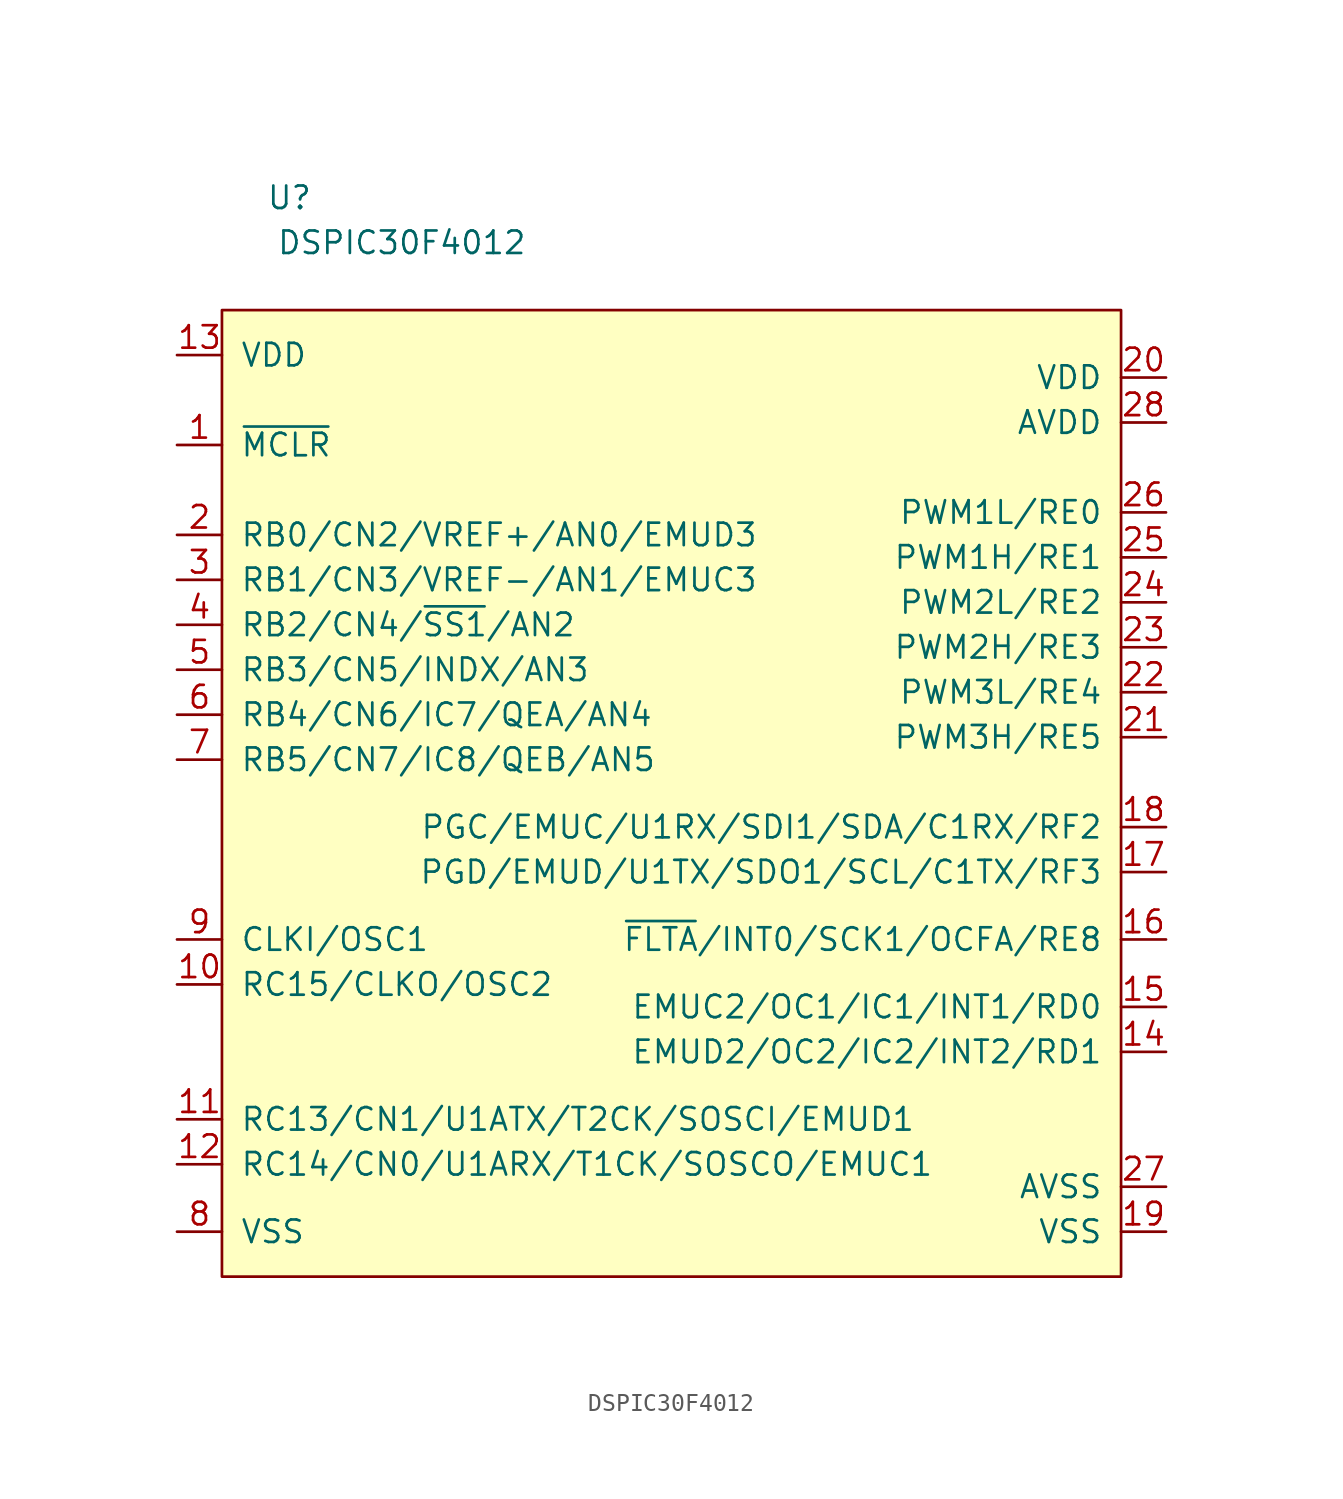
<source format=kicad_sym>
(kicad_symbol_lib
  (version 20220914)
  (generator kicad_symbol_editor)
  (symbol "DSPIC30F4012"
    (pin_names
      (offset 1.016))
    (property "Reference" "U"
      (at -11.43 33.02 0)
      (effects (font (size 1.27 1.27))))
    (property "Value" "DSPIC30F4012"
      (at -5.08 30.48 0)
      (effects (font (size 1.27 1.27))))
    (symbol "DSPIC30F4012_0_1"
      (rectangle (start -15.24 26.67) (end 35.56 -27.94) (stroke (width 0) (type solid)) (fill (type background))))
    (symbol "DSPIC30F4012_1_1"
      (pin input line (at -17.78 19.05 0) (length 2.54) (name "~{MCLR}" (effects (font (size 1.27 1.27)))) (number "1" (effects (font (size 1.27 1.27)))))
      (pin bidirectional line (at -17.78 -11.43 0) (length 2.54) (name "RC15/CLKO/OSC2" (effects (font (size 1.27 1.27)))) (number "10" (effects (font (size 1.27 1.27)))))
      (pin bidirectional line (at -17.78 -19.05 0) (length 2.54) (name "RC13/CN1/U1ATX/T2CK/SOSCI/EMUD1" (effects (font (size 1.27 1.27)))) (number "11" (effects (font (size 1.27 1.27)))))
      (pin bidirectional line (at -17.78 -21.59 0) (length 2.54) (name "RC14/CN0/U1ARX/T1CK/SOSCO/EMUC1" (effects (font (size 1.27 1.27)))) (number "12" (effects (font (size 1.27 1.27)))))
      (pin power_in line (at -17.78 24.13 0) (length 2.54) (name "VDD" (effects (font (size 1.27 1.27)))) (number "13" (effects (font (size 1.27 1.27)))))
      (pin bidirectional line (at 38.1 -15.24 180) (length 2.54) (name "EMUD2/OC2/IC2/INT2/RD1" (effects (font (size 1.27 1.27)))) (number "14" (effects (font (size 1.27 1.27)))))
      (pin bidirectional line (at 38.1 -12.7 180) (length 2.54) (name "EMUC2/OC1/IC1/INT1/RD0" (effects (font (size 1.27 1.27)))) (number "15" (effects (font (size 1.27 1.27)))))
      (pin bidirectional line (at 38.1 -8.89 180) (length 2.54) (name "~{FLTA}/INT0/SCK1/OCFA/RE8" (effects (font (size 1.27 1.27)))) (number "16" (effects (font (size 1.27 1.27)))))
      (pin bidirectional line (at 38.1 -5.08 180) (length 2.54) (name "PGD/EMUD/U1TX/SDO1/SCL/C1TX/RF3" (effects (font (size 1.27 1.27)))) (number "17" (effects (font (size 1.27 1.27)))))
      (pin bidirectional line (at 38.1 -2.54 180) (length 2.54) (name "PGC/EMUC/U1RX/SDI1/SDA/C1RX/RF2" (effects (font (size 1.27 1.27)))) (number "18" (effects (font (size 1.27 1.27)))))
      (pin power_in line (at 38.1 -25.4 180) (length 2.54) (name "VSS" (effects (font (size 1.27 1.27)))) (number "19" (effects (font (size 1.27 1.27)))))
      (pin bidirectional line (at -17.78 13.97 0) (length 2.54) (name "RB0/CN2/VREF+/AN0/EMUD3" (effects (font (size 1.27 1.27)))) (number "2" (effects (font (size 1.27 1.27)))))
      (pin power_in line (at 38.1 22.86 180) (length 2.54) (name "VDD" (effects (font (size 1.27 1.27)))) (number "20" (effects (font (size 1.27 1.27)))))
      (pin bidirectional line (at 38.1 2.54 180) (length 2.54) (name "PWM3H/RE5" (effects (font (size 1.27 1.27)))) (number "21" (effects (font (size 1.27 1.27)))))
      (pin bidirectional line (at 38.1 5.08 180) (length 2.54) (name "PWM3L/RE4" (effects (font (size 1.27 1.27)))) (number "22" (effects (font (size 1.27 1.27)))))
      (pin bidirectional line (at 38.1 7.62 180) (length 2.54) (name "PWM2H/RE3" (effects (font (size 1.27 1.27)))) (number "23" (effects (font (size 1.27 1.27)))))
      (pin bidirectional line (at 38.1 10.16 180) (length 2.54) (name "PWM2L/RE2" (effects (font (size 1.27 1.27)))) (number "24" (effects (font (size 1.27 1.27)))))
      (pin bidirectional line (at 38.1 12.7 180) (length 2.54) (name "PWM1H/RE1" (effects (font (size 1.27 1.27)))) (number "25" (effects (font (size 1.27 1.27)))))
      (pin bidirectional line (at 38.1 15.24 180) (length 2.54) (name "PWM1L/RE0" (effects (font (size 1.27 1.27)))) (number "26" (effects (font (size 1.27 1.27)))))
      (pin power_in line (at 38.1 -22.86 180) (length 2.54) (name "AVSS" (effects (font (size 1.27 1.27)))) (number "27" (effects (font (size 1.27 1.27)))))
      (pin power_in line (at 38.1 20.32 180) (length 2.54) (name "AVDD" (effects (font (size 1.27 1.27)))) (number "28" (effects (font (size 1.27 1.27)))))
      (pin bidirectional line (at -17.78 11.43 0) (length 2.54) (name "RB1/CN3/VREF-/AN1/EMUC3" (effects (font (size 1.27 1.27)))) (number "3" (effects (font (size 1.27 1.27)))))
      (pin bidirectional line (at -17.78 8.89 0) (length 2.54) (name "RB2/CN4/~{SS1}/AN2" (effects (font (size 1.27 1.27)))) (number "4" (effects (font (size 1.27 1.27)))))
      (pin bidirectional line (at -17.78 6.35 0) (length 2.54) (name "RB3/CN5/INDX/AN3" (effects (font (size 1.27 1.27)))) (number "5" (effects (font (size 1.27 1.27)))))
      (pin bidirectional line (at -17.78 3.81 0) (length 2.54) (name "RB4/CN6/IC7/QEA/AN4" (effects (font (size 1.27 1.27)))) (number "6" (effects (font (size 1.27 1.27)))))
      (pin bidirectional line (at -17.78 1.27 0) (length 2.54) (name "RB5/CN7/IC8/QEB/AN5" (effects (font (size 1.27 1.27)))) (number "7" (effects (font (size 1.27 1.27)))))
      (pin power_in line (at -17.78 -25.4 0) (length 2.54) (name "VSS" (effects (font (size 1.27 1.27)))) (number "8" (effects (font (size 1.27 1.27)))))
      (pin bidirectional line (at -17.78 -8.89 0) (length 2.54) (name "CLKI/OSC1" (effects (font (size 1.27 1.27)))) (number "9" (effects (font (size 1.27 1.27))))))))
</source>
